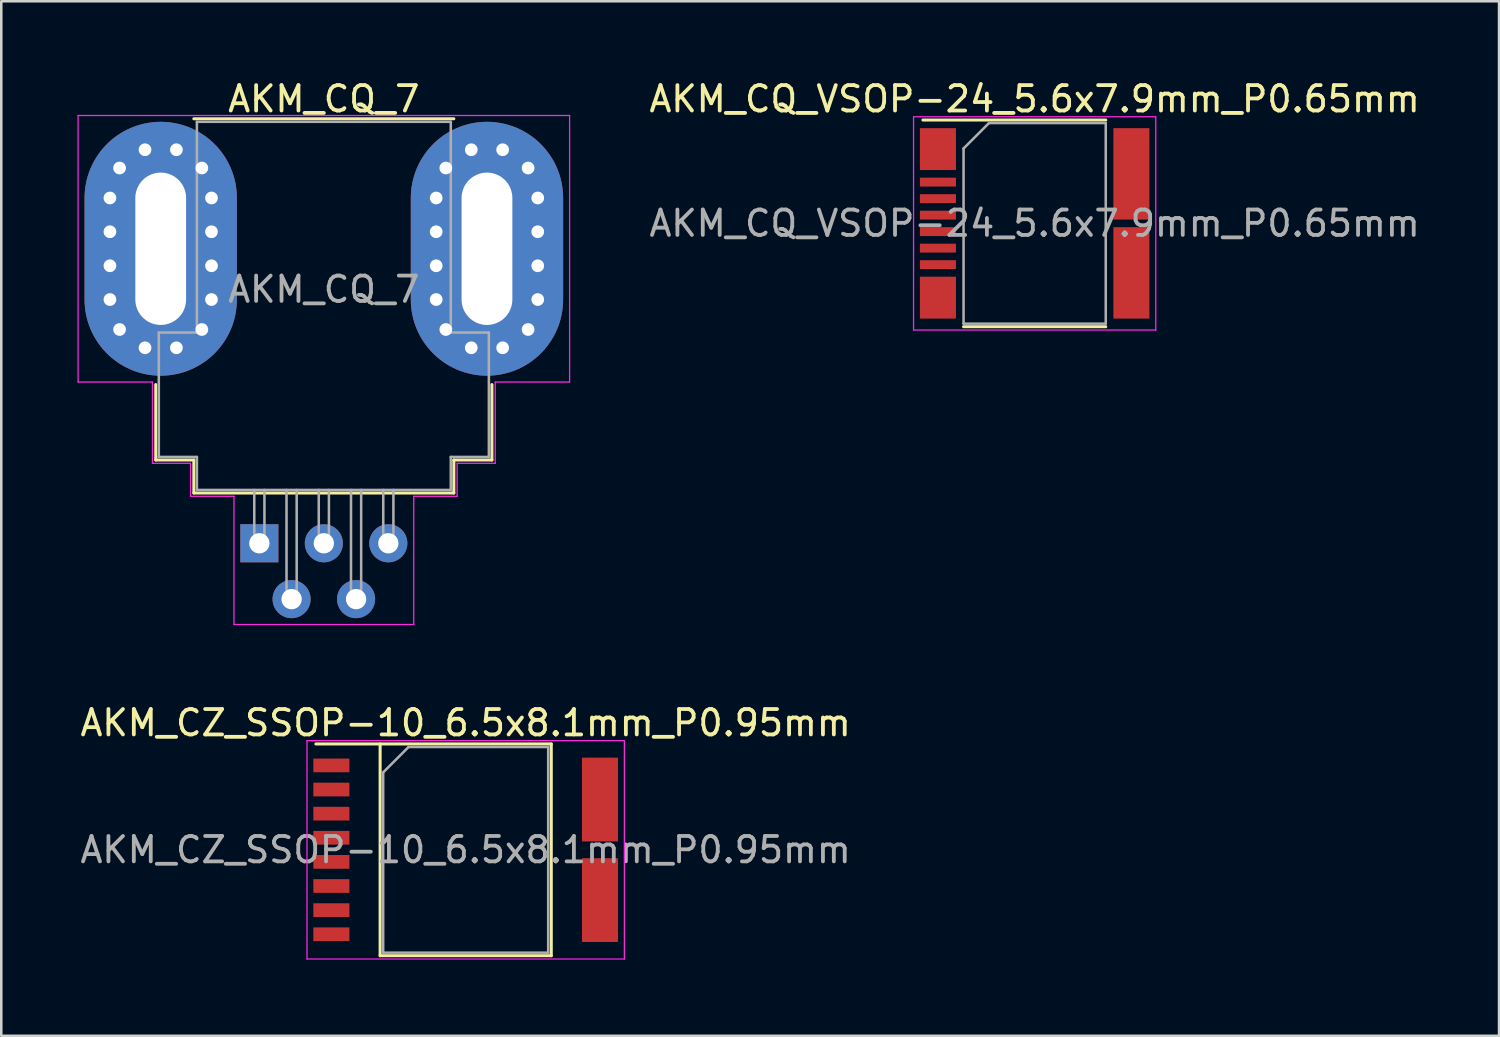
<source format=kicad_pcb>
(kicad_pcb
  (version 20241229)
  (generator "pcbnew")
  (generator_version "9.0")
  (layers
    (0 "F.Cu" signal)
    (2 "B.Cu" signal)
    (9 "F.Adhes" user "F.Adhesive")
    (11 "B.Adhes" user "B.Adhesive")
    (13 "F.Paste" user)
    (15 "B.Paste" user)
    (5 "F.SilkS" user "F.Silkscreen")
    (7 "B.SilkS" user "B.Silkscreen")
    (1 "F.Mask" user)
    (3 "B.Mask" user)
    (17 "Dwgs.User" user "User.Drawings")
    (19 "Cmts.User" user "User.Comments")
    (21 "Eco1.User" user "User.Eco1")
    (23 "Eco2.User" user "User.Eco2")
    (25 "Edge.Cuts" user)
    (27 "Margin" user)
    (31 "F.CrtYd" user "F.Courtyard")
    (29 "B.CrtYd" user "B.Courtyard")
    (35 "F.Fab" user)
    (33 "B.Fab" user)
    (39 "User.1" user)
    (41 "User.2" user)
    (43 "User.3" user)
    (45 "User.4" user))
  (footprint "AKM_CQ_7"
    (layer "F.Cu")
    (at 7.165 18.348)
    (property "Reference" "AKM_CQ_7" (at 2.54 -17.5 0) (layer "F.SilkS") (effects (font (size 1 1) (thickness 0.15))))
    (attr through_hole)
    (fp_line (start -4.08 -6.25) (end -4.08 -3.28) (stroke (width 0.12) (type solid)) (layer "F.SilkS"))
    (fp_line (start -2.58 -3.28) (end -4.08 -3.28) (stroke (width 0.12) (type solid)) (layer "F.SilkS"))
    (fp_line (start -2.58 -3.28) (end -2.58 -1.98) (stroke (width 0.12) (type solid)) (layer "F.SilkS"))
    (fp_line (start -2.58 -1.98) (end 7.66 -1.98) (stroke (width 0.12) (type solid)) (layer "F.SilkS"))
    (fp_line (start 7.66 -16.72) (end -2.58 -16.72) (stroke (width 0.12) (type solid)) (layer "F.SilkS"))
    (fp_line (start 7.66 -3.28) (end 7.66 -1.98) (stroke (width 0.12) (type solid)) (layer "F.SilkS"))
    (fp_line (start 7.66 -3.28) (end 9.16 -3.28) (stroke (width 0.12) (type solid)) (layer "F.SilkS"))
    (fp_line (start 9.16 -6.25) (end 9.16 -3.28) (stroke (width 0.12) (type solid)) (layer "F.SilkS"))
    (fp_line (start -7.14 -16.85) (end -7.14 -6.35) (stroke (width 0.05) (type solid)) (layer "F.CrtYd"))
    (fp_line (start -4.21 -6.35) (end -7.14 -6.35) (stroke (width 0.05) (type solid)) (layer "F.CrtYd"))
    (fp_line (start -4.21 -3.15) (end -4.21 -6.35) (stroke (width 0.05) (type solid)) (layer "F.CrtYd"))
    (fp_line (start -2.71 -3.15) (end -4.21 -3.15) (stroke (width 0.05) (type solid)) (layer "F.CrtYd"))
    (fp_line (start -2.71 -1.85) (end -2.71 -3.15) (stroke (width 0.05) (type solid)) (layer "F.CrtYd"))
    (fp_line (start -1 -1.85) (end -2.71 -1.85) (stroke (width 0.05) (type solid)) (layer "F.CrtYd"))
    (fp_line (start -1 3.2) (end -1 -1.85) (stroke (width 0.05) (type solid)) (layer "F.CrtYd"))
    (fp_line (start -1 3.2) (end 6.08 3.2) (stroke (width 0.05) (type solid)) (layer "F.CrtYd"))
    (fp_line (start 6.08 -1.85) (end 7.79 -1.85) (stroke (width 0.05) (type solid)) (layer "F.CrtYd"))
    (fp_line (start 6.08 3.2) (end 6.08 -1.85) (stroke (width 0.05) (type solid)) (layer "F.CrtYd"))
    (fp_line (start 7.79 -3.15) (end 9.29 -3.15) (stroke (width 0.05) (type solid)) (layer "F.CrtYd"))
    (fp_line (start 7.79 -1.85) (end 7.79 -3.15) (stroke (width 0.05) (type solid)) (layer "F.CrtYd"))
    (fp_line (start 9.29 -6.35) (end 12.22 -6.35) (stroke (width 0.05) (type solid)) (layer "F.CrtYd"))
    (fp_line (start 9.29 -3.15) (end 9.29 -6.35) (stroke (width 0.05) (type solid)) (layer "F.CrtYd"))
    (fp_line (start 12.22 -16.85) (end -7.14 -16.85) (stroke (width 0.05) (type solid)) (layer "F.CrtYd"))
    (fp_line (start 12.22 -16.85) (end 12.22 -6.35) (stroke (width 0.05) (type solid)) (layer "F.CrtYd"))
    (fp_line (start -3.96 -8.3) (end -3.96 -3.4) (stroke (width 0.1) (type solid)) (layer "F.Fab"))
    (fp_line (start -2.46 -16.6) (end -2.46 -8.3) (stroke (width 0.1) (type solid)) (layer "F.Fab"))
    (fp_line (start -2.46 -8.3) (end -3.96 -8.3) (stroke (width 0.1) (type solid)) (layer "F.Fab"))
    (fp_line (start -2.46 -3.4) (end -3.96 -3.4) (stroke (width 0.1) (type solid)) (layer "F.Fab"))
    (fp_line (start -2.46 -3.4) (end -2.46 -2.1) (stroke (width 0.1) (type solid)) (layer "F.Fab"))
    (fp_line (start -2.46 -2.1) (end 7.54 -2.1) (stroke (width 0.1) (type solid)) (layer "F.Fab"))
    (fp_line (start -0.2 -2.1) (end -0.2 0) (stroke (width 0.1) (type solid)) (layer "F.Fab"))
    (fp_line (start -0.2 0) (end 0.2 0) (stroke (width 0.1) (type solid)) (layer "F.Fab"))
    (fp_line (start 0.2 0) (end 0.2 -2.1) (stroke (width 0.1) (type solid)) (layer "F.Fab"))
    (fp_line (start 1.07 -2.1) (end 1.07 2.2) (stroke (width 0.1) (type solid)) (layer "F.Fab"))
    (fp_line (start 1.07 2.2) (end 1.47 2.2) (stroke (width 0.1) (type solid)) (layer "F.Fab"))
    (fp_line (start 1.47 2.2) (end 1.47 -2.1) (stroke (width 0.1) (type solid)) (layer "F.Fab"))
    (fp_line (start 2.34 -2.1) (end 2.34 0) (stroke (width 0.1) (type solid)) (layer "F.Fab"))
    (fp_line (start 2.34 0) (end 2.74 0) (stroke (width 0.1) (type solid)) (layer "F.Fab"))
    (fp_line (start 2.74 0) (end 2.74 -2.1) (stroke (width 0.1) (type solid)) (layer "F.Fab"))
    (fp_line (start 3.61 -2.1) (end 3.61 2.2) (stroke (width 0.1) (type solid)) (layer "F.Fab"))
    (fp_line (start 3.61 2.2) (end 4.01 2.2) (stroke (width 0.1) (type solid)) (layer "F.Fab"))
    (fp_line (start 4.01 2.2) (end 4.01 -2.1) (stroke (width 0.1) (type solid)) (layer "F.Fab"))
    (fp_line (start 4.88 -2.1) (end 4.88 0) (stroke (width 0.1) (type solid)) (layer "F.Fab"))
    (fp_line (start 4.88 0) (end 5.28 0) (stroke (width 0.1) (type solid)) (layer "F.Fab"))
    (fp_line (start 5.28 0) (end 5.28 -2.1) (stroke (width 0.1) (type solid)) (layer "F.Fab"))
    (fp_line (start 7.54 -16.6) (end -2.46 -16.6) (stroke (width 0.1) (type solid)) (layer "F.Fab"))
    (fp_line (start 7.54 -16.6) (end 7.54 -8.3) (stroke (width 0.1) (type solid)) (layer "F.Fab"))
    (fp_line (start 7.54 -8.3) (end 9.04 -8.3) (stroke (width 0.1) (type solid)) (layer "F.Fab"))
    (fp_line (start 7.54 -3.4) (end 7.54 -2.1) (stroke (width 0.1) (type solid)) (layer "F.Fab"))
    (fp_line (start 7.54 -3.4) (end 9.04 -3.4) (stroke (width 0.1) (type solid)) (layer "F.Fab"))
    (fp_line (start 9.04 -8.3) (end 9.04 -3.4) (stroke (width 0.1) (type solid)) (layer "F.Fab"))
    (fp_text user "${REFERENCE}" (at 2.54 -10 0) (layer "F.Fab") (effects (font (size 1 1) (thickness 0.15))))
    (pad "1" thru_hole rect (at 0 0) (size 1.5 1.5) (drill 0.8) (layers "*.Cu" "*.Mask"))
    (pad "2" thru_hole circle (at 1.27 2.2) (size 1.5 1.5) (drill 0.8) (layers "*.Cu" "*.Mask"))
    (pad "3" thru_hole circle (at 2.54 0) (size 1.5 1.5) (drill 0.8) (layers "*.Cu" "*.Mask"))
    (pad "4" thru_hole circle (at 3.81 2.2) (size 1.5 1.5) (drill 0.8) (layers "*.Cu" "*.Mask"))
    (pad "5" thru_hole circle (at 5.08 0) (size 1.5 1.5) (drill 0.8) (layers "*.Cu" "*.Mask"))
    (pad "6" thru_hole circle (at 6.965 -13.6) (size 0.8 0.8) (drill 0.5) (layers "*.Cu" "*.Mask"))
    (pad "6" thru_hole circle (at 6.965 -12.27) (size 0.8 0.8) (drill 0.5) (layers "*.Cu" "*.Mask"))
    (pad "6" thru_hole circle (at 6.965 -10.93) (size 0.8 0.8) (drill 0.5) (layers "*.Cu" "*.Mask"))
    (pad "6" thru_hole circle (at 6.965 -9.6) (size 0.8 0.8) (drill 0.5) (layers "*.Cu" "*.Mask"))
    (pad "6" thru_hole circle (at 7.345 -14.78) (size 0.8 0.8) (drill 0.5) (layers "*.Cu" "*.Mask"))
    (pad "6" thru_hole circle (at 7.345 -8.42) (size 0.8 0.8) (drill 0.5) (layers "*.Cu" "*.Mask"))
    (pad "6" thru_hole circle (at 8.347 -15.5) (size 0.8 0.8) (drill 0.5) (layers "*.Cu" "*.Mask"))
    (pad "6" thru_hole circle (at 8.347 -7.7) (size 0.8 0.8) (drill 0.5) (layers "*.Cu" "*.Mask"))
    (pad "6" thru_hole oval (at 8.965 -11.6) (size 6 10) (drill oval 2 6) (layers "*.Cu" "*.Mask"))
    (pad "6" thru_hole circle (at 9.583 -15.5) (size 0.8 0.8) (drill 0.5) (layers "*.Cu" "*.Mask"))
    (pad "6" thru_hole circle (at 9.583 -7.7) (size 0.8 0.8) (drill 0.5) (layers "*.Cu" "*.Mask"))
    (pad "6" thru_hole circle (at 10.585 -14.78) (size 0.8 0.8) (drill 0.5) (layers "*.Cu" "*.Mask"))
    (pad "6" thru_hole circle (at 10.585 -8.42) (size 0.8 0.8) (drill 0.5) (layers "*.Cu" "*.Mask"))
    (pad "6" thru_hole circle (at 10.965 -13.6) (size 0.8 0.8) (drill 0.5) (layers "*.Cu" "*.Mask"))
    (pad "6" thru_hole circle (at 10.965 -12.27) (size 0.8 0.8) (drill 0.5) (layers "*.Cu" "*.Mask"))
    (pad "6" thru_hole circle (at 10.965 -10.93) (size 0.8 0.8) (drill 0.5) (layers "*.Cu" "*.Mask"))
    (pad "6" thru_hole circle (at 10.965 -9.6) (size 0.8 0.8) (drill 0.5) (layers "*.Cu" "*.Mask"))
    (pad "7" thru_hole circle (at -5.885 -13.6) (size 0.8 0.8) (drill 0.5) (layers "*.Cu" "*.Mask"))
    (pad "7" thru_hole circle (at -5.885 -12.27) (size 0.8 0.8) (drill 0.5) (layers "*.Cu" "*.Mask"))
    (pad "7" thru_hole circle (at -5.885 -10.93) (size 0.8 0.8) (drill 0.5) (layers "*.Cu" "*.Mask"))
    (pad "7" thru_hole circle (at -5.885 -9.6) (size 0.8 0.8) (drill 0.5) (layers "*.Cu" "*.Mask"))
    (pad "7" thru_hole circle (at -5.505 -14.78) (size 0.8 0.8) (drill 0.5) (layers "*.Cu" "*.Mask"))
    (pad "7" thru_hole circle (at -5.505 -8.42) (size 0.8 0.8) (drill 0.5) (layers "*.Cu" "*.Mask"))
    (pad "7" thru_hole circle (at -4.503 -15.5) (size 0.8 0.8) (drill 0.5) (layers "*.Cu" "*.Mask"))
    (pad "7" thru_hole circle (at -4.503 -7.7) (size 0.8 0.8) (drill 0.5) (layers "*.Cu" "*.Mask"))
    (pad "7" thru_hole oval (at -3.885 -11.6) (size 6 10) (drill oval 2 6) (layers "*.Cu" "*.Mask"))
    (pad "7" thru_hole circle (at -3.267 -15.5) (size 0.8 0.8) (drill 0.5) (layers "*.Cu" "*.Mask"))
    (pad "7" thru_hole circle (at -3.267 -7.7) (size 0.8 0.8) (drill 0.5) (layers "*.Cu" "*.Mask"))
    (pad "7" thru_hole circle (at -2.265 -14.78) (size 0.8 0.8) (drill 0.5) (layers "*.Cu" "*.Mask"))
    (pad "7" thru_hole circle (at -2.265 -8.42) (size 0.8 0.8) (drill 0.5) (layers "*.Cu" "*.Mask"))
    (pad "7" thru_hole circle (at -1.885 -13.6) (size 0.8 0.8) (drill 0.5) (layers "*.Cu" "*.Mask"))
    (pad "7" thru_hole circle (at -1.885 -12.27) (size 0.8 0.8) (drill 0.5) (layers "*.Cu" "*.Mask"))
    (pad "7" thru_hole circle (at -1.885 -10.93) (size 0.8 0.8) (drill 0.5) (layers "*.Cu" "*.Mask"))
    (pad "7" thru_hole circle (at -1.885 -9.6) (size 0.8 0.8) (drill 0.5) (layers "*.Cu" "*.Mask")))
  (footprint "AKM_CZ_SSOP-10_6.5x8.1mm_P0.95mm"
    (layer "F.Cu")
    (at 15.292 30.422)
    (property "Reference" "AKM_CZ_SSOP-10_6.5x8.1mm_P0.95mm" (at 0 -5 0) (layer "F.SilkS") (effects (font (size 1 1) (thickness 0.15))))
    (attr smd)
    (fp_line (start -3.37 4.17) (end -3.37 -4.17) (stroke (width 0.12) (type solid)) (layer "F.SilkS"))
    (fp_line (start 3.37 -4.17) (end -5.9 -4.17) (stroke (width 0.12) (type solid)) (layer "F.SilkS"))
    (fp_line (start 3.37 -4.17) (end 3.37 4.17) (stroke (width 0.12) (type solid)) (layer "F.SilkS"))
    (fp_line (start 3.37 4.17) (end -3.37 4.17) (stroke (width 0.12) (type solid)) (layer "F.SilkS"))
    (fp_line (start -6.25 -4.3) (end 6.25 -4.3) (stroke (width 0.05) (type solid)) (layer "F.CrtYd"))
    (fp_line (start -6.25 4.3) (end -6.25 -4.3) (stroke (width 0.05) (type solid)) (layer "F.CrtYd"))
    (fp_line (start 6.25 -4.3) (end 6.25 4.3) (stroke (width 0.05) (type solid)) (layer "F.CrtYd"))
    (fp_line (start 6.25 4.3) (end -6.25 4.3) (stroke (width 0.05) (type solid)) (layer "F.CrtYd"))
    (fp_line (start -3.25 -3.05) (end -2.25 -4.05) (stroke (width 0.1) (type solid)) (layer "F.Fab"))
    (fp_line (start -3.25 4.05) (end -3.25 -3.05) (stroke (width 0.1) (type solid)) (layer "F.Fab"))
    (fp_line (start -2.25 -4.05) (end 3.25 -4.05) (stroke (width 0.1) (type solid)) (layer "F.Fab"))
    (fp_line (start 3.25 -4.05) (end 3.25 4.05) (stroke (width 0.1) (type solid)) (layer "F.Fab"))
    (fp_line (start 3.25 4.05) (end -3.25 4.05) (stroke (width 0.1) (type solid)) (layer "F.Fab"))
    (fp_text user "${REFERENCE}" (at 0 0 0) (layer "F.Fab") (effects (font (size 1 1) (thickness 0.15))))
    (pad "1" smd rect (at -5.29 -3.325) (size 1.42 0.54) (layers "F.Cu" "F.Mask" "F.Paste"))
    (pad "2" smd rect (at -5.29 -2.375) (size 1.42 0.54) (layers "F.Cu" "F.Mask" "F.Paste"))
    (pad "3" smd rect (at -5.29 -1.425) (size 1.42 0.54) (layers "F.Cu" "F.Mask" "F.Paste"))
    (pad "4" smd rect (at -5.29 -0.475) (size 1.42 0.54) (layers "F.Cu" "F.Mask" "F.Paste"))
    (pad "5" smd rect (at -5.29 0.475) (size 1.42 0.54) (layers "F.Cu" "F.Mask" "F.Paste"))
    (pad "6" smd rect (at -5.29 1.425) (size 1.42 0.54) (layers "F.Cu" "F.Mask" "F.Paste"))
    (pad "7" smd rect (at -5.29 2.375) (size 1.42 0.54) (layers "F.Cu" "F.Mask" "F.Paste"))
    (pad "8" smd rect (at -5.29 3.325) (size 1.42 0.54) (layers "F.Cu" "F.Mask" "F.Paste"))
    (pad "9" smd rect (at 5.29 1.98) (size 1.42 3.3) (layers "F.Cu" "F.Mask" "F.Paste"))
    (pad "10" smd rect (at 5.29 -1.98) (size 1.42 3.3) (layers "F.Cu" "F.Mask" "F.Paste")))
  (footprint "AKM_CQ_VSOP-24_5.6x7.9mm_P0.65mm"
    (layer "F.Cu")
    (at 37.702 5.748)
    (property "Reference" "AKM_CQ_VSOP-24_5.6x7.9mm_P0.65mm" (at 0 -4.9 0) (layer "F.SilkS") (effects (font (size 1 1) (thickness 0.15))))
    (attr smd)
    (fp_line (start 2.8 -4.07) (end -4.4 -4.07) (stroke (width 0.12) (type solid)) (layer "F.SilkS"))
    (fp_line (start 2.8 4.07) (end -2.8 4.07) (stroke (width 0.12) (type solid)) (layer "F.SilkS"))
    (fp_line (start -4.77 -4.2) (end 4.77 -4.2) (stroke (width 0.05) (type solid)) (layer "F.CrtYd"))
    (fp_line (start -4.77 4.2) (end -4.77 -4.2) (stroke (width 0.05) (type solid)) (layer "F.CrtYd"))
    (fp_line (start 4.77 -4.2) (end 4.77 4.2) (stroke (width 0.05) (type solid)) (layer "F.CrtYd"))
    (fp_line (start 4.77 4.2) (end -4.77 4.2) (stroke (width 0.05) (type solid)) (layer "F.CrtYd"))
    (fp_line (start -2.8 -2.95) (end -1.8 -3.95) (stroke (width 0.1) (type solid)) (layer "F.Fab"))
    (fp_line (start -2.8 3.95) (end -2.8 -2.95) (stroke (width 0.1) (type solid)) (layer "F.Fab"))
    (fp_line (start -1.8 -3.95) (end 2.8 -3.95) (stroke (width 0.1) (type solid)) (layer "F.Fab"))
    (fp_line (start 2.8 -3.95) (end 2.8 3.95) (stroke (width 0.1) (type solid)) (layer "F.Fab"))
    (fp_line (start 2.8 3.95) (end -2.8 3.95) (stroke (width 0.1) (type solid)) (layer "F.Fab"))
    (fp_text user "${REFERENCE}" (at 0 0 0) (layer "F.Fab") (effects (font (size 1 1) (thickness 0.15))))
    (pad "1" smd rect (at -3.81 -2.925) (size 1.42 1.65) (layers "F.Cu" "F.Mask" "F.Paste"))
    (pad "2" smd rect (at -3.81 -1.625) (size 1.42 0.35) (layers "F.Cu" "F.Mask" "F.Paste"))
    (pad "3" smd rect (at -3.81 -0.975) (size 1.42 0.35) (layers "F.Cu" "F.Mask" "F.Paste"))
    (pad "4" smd rect (at -3.81 -0.325) (size 1.42 0.35) (layers "F.Cu" "F.Mask" "F.Paste"))
    (pad "5" smd rect (at -3.81 0.325) (size 1.42 0.35) (layers "F.Cu" "F.Mask" "F.Paste"))
    (pad "6" smd rect (at -3.81 0.975) (size 1.42 0.35) (layers "F.Cu" "F.Mask" "F.Paste"))
    (pad "7" smd rect (at -3.81 1.625) (size 1.42 0.35) (layers "F.Cu" "F.Mask" "F.Paste"))
    (pad "8" smd rect (at -3.81 2.925) (size 1.42 1.65) (layers "F.Cu" "F.Mask" "F.Paste"))
    (pad "9" smd rect (at 3.81 1.95) (size 1.42 3.6) (layers "F.Cu" "F.Mask" "F.Paste"))
    (pad "10" smd rect (at 3.81 -1.95) (size 1.42 3.6) (layers "F.Cu" "F.Mask" "F.Paste")))
  (gr_rect
    (start -3 -3)
    (end 55.993 37.746)
    (stroke (width 0.1) (type default))
    (fill no)
    (layer "Edge.Cuts")))
</source>
